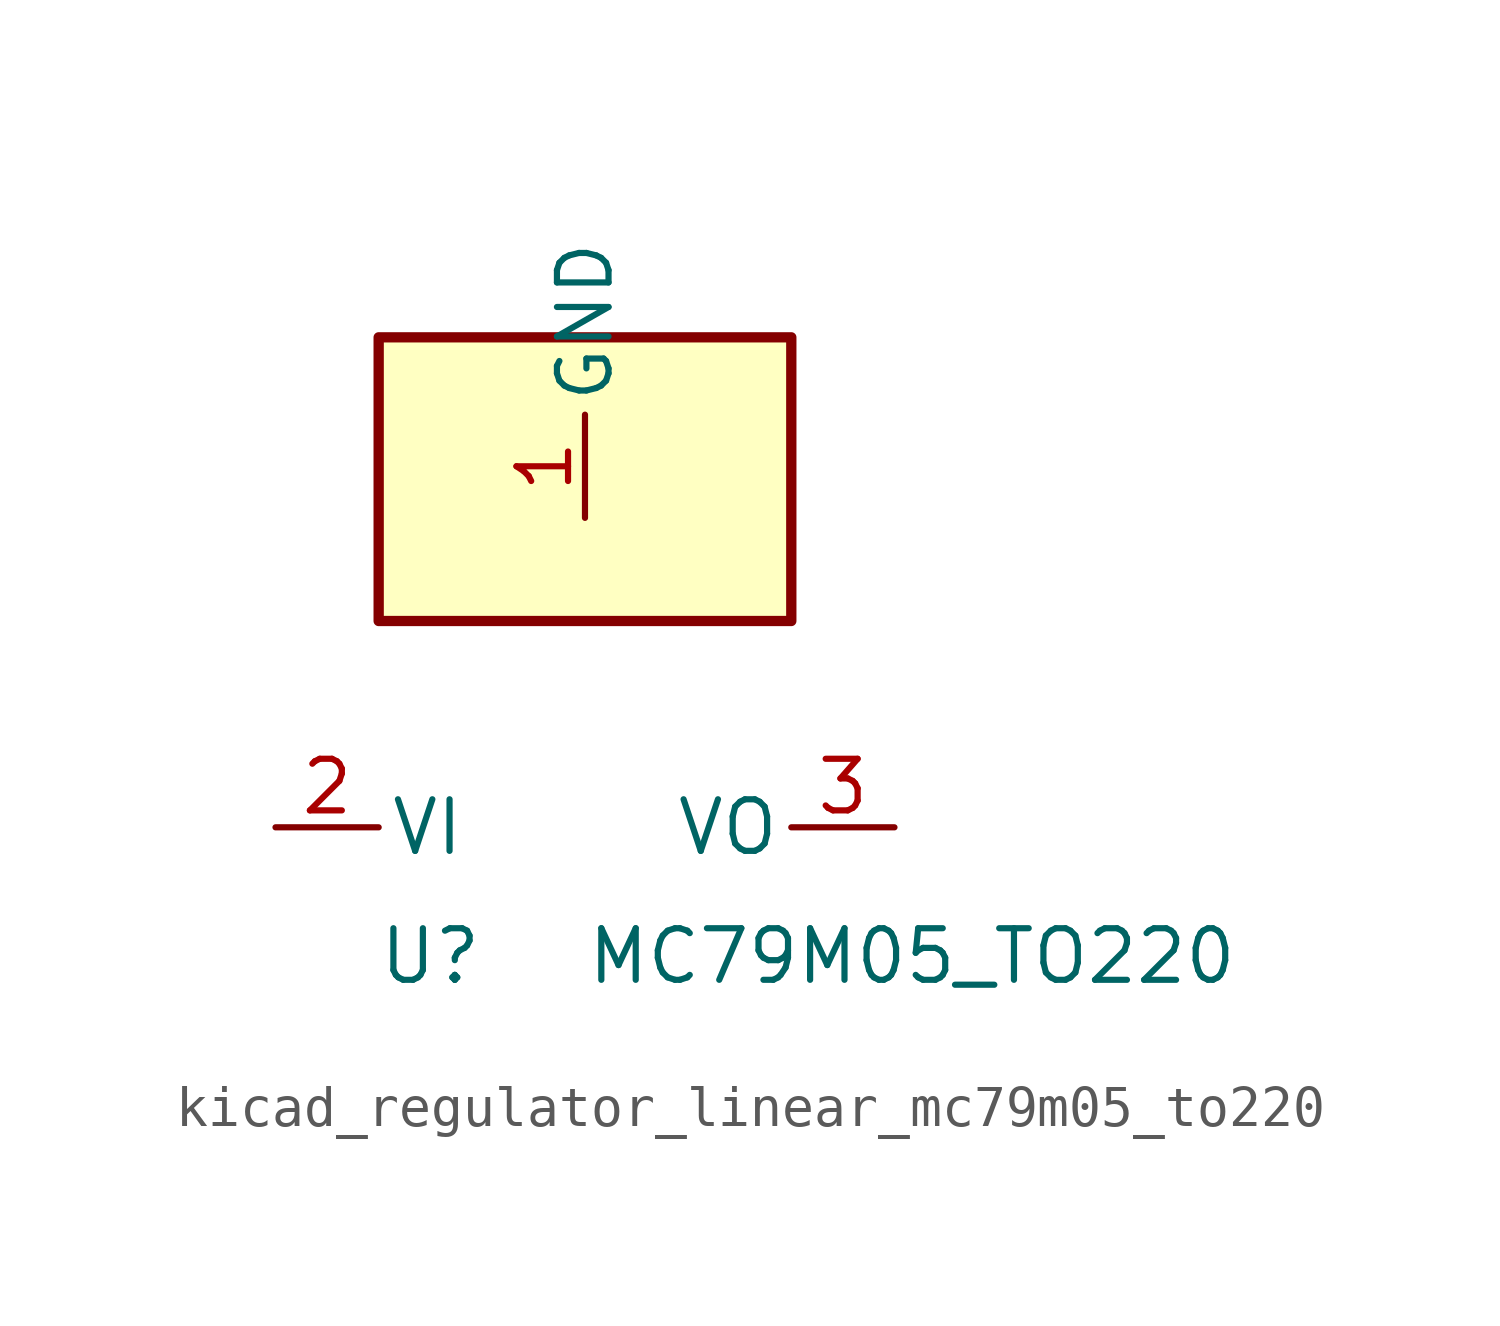
<source format=kicad_sym>
(kicad_symbol_lib
  (version 20220914)
  (generator kicad_symbol_editor)
  (symbol "kicad_regulator_linear_mc79m05_to220"
    (pin_names
      (offset 0.254))
    (property "Reference" "U"
      (at -3.81 -3.175 0)
      (effects (font (size 1.27 1.27))))
    (property "Value" "MC79M05_TO220"
      (at 0 -3.175 0)
      (effects (font (size 1.27 1.27)) (justify left)))
    (symbol "kicad_regulator_linear_mc79m05_to220_0_1"
      (rectangle (start 5.08 12.065) (end -5.08 5.08) (stroke (width 0.254) (type default)) (fill (type background))))
    (symbol "kicad_regulator_linear_mc79m05_to220_1_1"
      (pin power_in line (at 0 7.62 90) (length 2.54) (name "GND" (effects (font (size 1.27 1.27)))) (number "1" (effects (font (size 1.27 1.27)))))
      (pin power_in line (at -7.62 0 0) (length 2.54) (name "VI" (effects (font (size 1.27 1.27)))) (number "2" (effects (font (size 1.27 1.27)))))
      (pin power_out line (at 7.62 0 180) (length 2.54) (name "VO" (effects (font (size 1.27 1.27)))) (number "3" (effects (font (size 1.27 1.27))))))))
</source>
